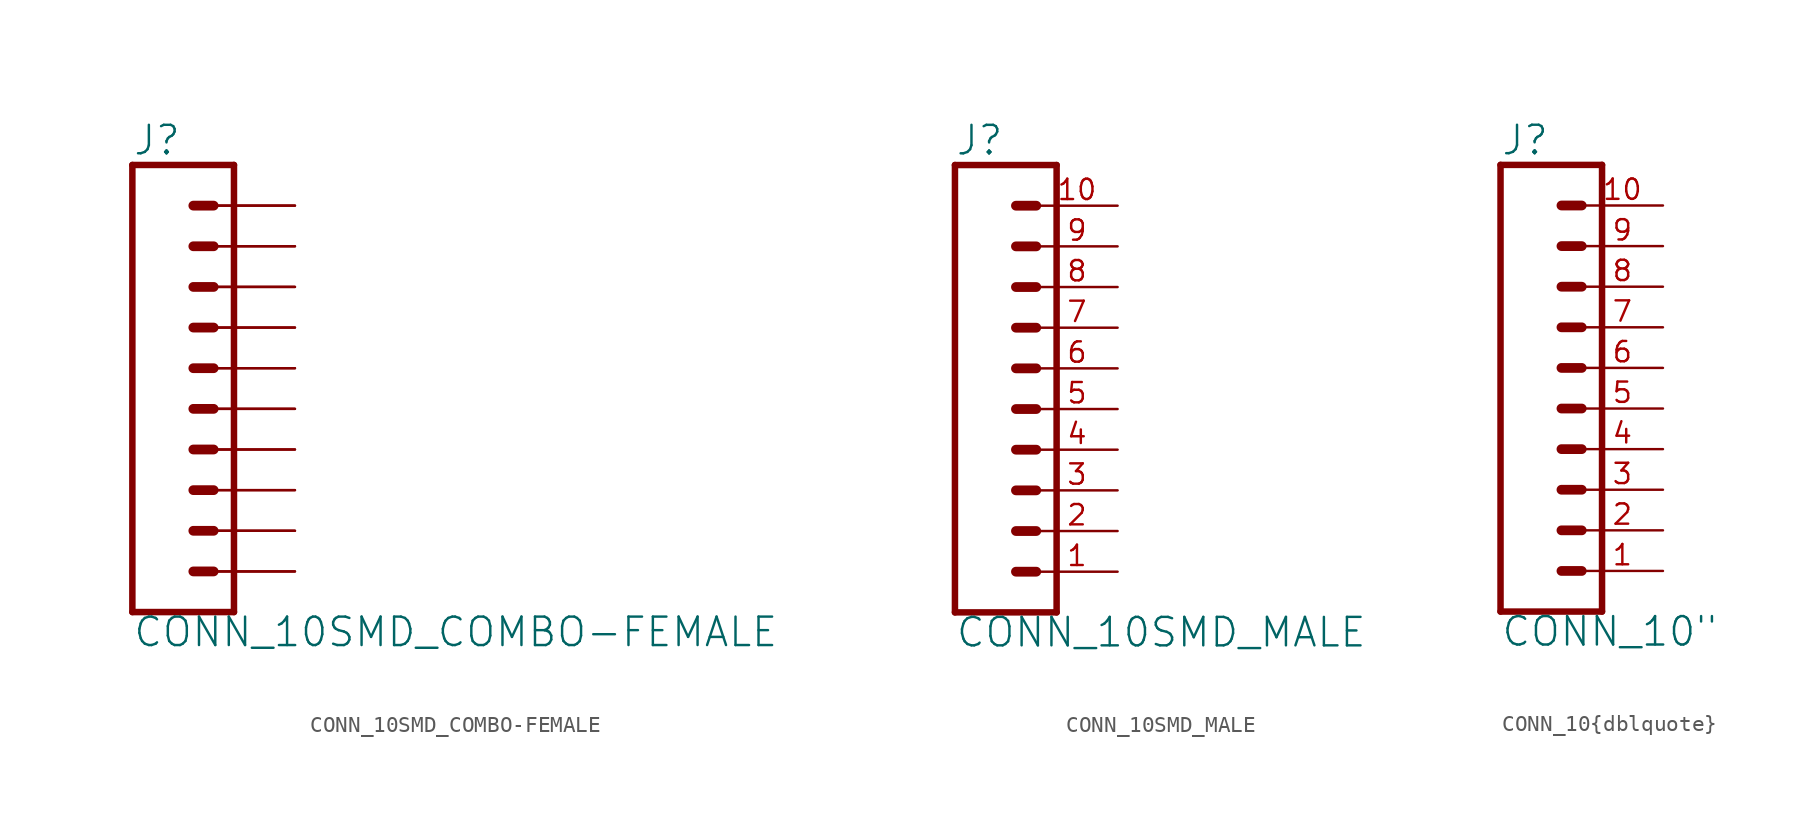
<source format=kicad_sym>
(kicad_symbol_lib
  (version 20211014)
  (generator kicad_symbol_editor)
  (symbol "CONN_10SMD_COMBO-FEMALE"
    (property "Reference" "J"
      (at 0 8.128 0)
      (effects (font (size 1.778 1.778)) (justify left bottom)))
    (property "Value" "CONN_10SMD_COMBO-FEMALE"
      (at 0 -22.606 0)
      (effects (font (size 1.778 1.778)) (justify left bottom)))
    (property "ki_locked" ""
      (at 0 0 0)
      (effects (font (size 1.27 1.27))))
    (symbol "CONN_10SMD_COMBO-FEMALE_1_0"
      (polyline (pts (xy 0 7.62) (xy 0 -20.32)) (stroke (width 0.406) (type default) (color 0 0 0 0)) (fill (type none)))
      (polyline (pts (xy 0 7.62) (xy 6.35 7.62)) (stroke (width 0.406) (type default) (color 0 0 0 0)) (fill (type none)))
      (polyline (pts (xy 3.81 -17.78) (xy 5.08 -17.78)) (stroke (width 0.61) (type default) (color 0 0 0 0)) (fill (type none)))
      (polyline (pts (xy 3.81 -15.24) (xy 5.08 -15.24)) (stroke (width 0.61) (type default) (color 0 0 0 0)) (fill (type none)))
      (polyline (pts (xy 3.81 -12.7) (xy 5.08 -12.7)) (stroke (width 0.61) (type default) (color 0 0 0 0)) (fill (type none)))
      (polyline (pts (xy 3.81 -10.16) (xy 5.08 -10.16)) (stroke (width 0.61) (type default) (color 0 0 0 0)) (fill (type none)))
      (polyline (pts (xy 3.81 -7.62) (xy 5.08 -7.62)) (stroke (width 0.61) (type default) (color 0 0 0 0)) (fill (type none)))
      (polyline (pts (xy 3.81 -5.08) (xy 5.08 -5.08)) (stroke (width 0.61) (type default) (color 0 0 0 0)) (fill (type none)))
      (polyline (pts (xy 3.81 -2.54) (xy 5.08 -2.54)) (stroke (width 0.61) (type default) (color 0 0 0 0)) (fill (type none)))
      (polyline (pts (xy 3.81 0) (xy 5.08 0)) (stroke (width 0.61) (type default) (color 0 0 0 0)) (fill (type none)))
      (polyline (pts (xy 3.81 2.54) (xy 5.08 2.54)) (stroke (width 0.61) (type default) (color 0 0 0 0)) (fill (type none)))
      (polyline (pts (xy 3.81 5.08) (xy 5.08 5.08)) (stroke (width 0.61) (type default) (color 0 0 0 0)) (fill (type none)))
      (polyline (pts (xy 6.35 -20.32) (xy 0 -20.32)) (stroke (width 0.406) (type default) (color 0 0 0 0)) (fill (type none)))
      (polyline (pts (xy 6.35 -20.32) (xy 6.35 7.62)) (stroke (width 0.406) (type default) (color 0 0 0 0)) (fill (type none)))
      (pin passive line (at 10.16 5.08 180) (length 5.08) (name "10" (effects (font (size 0 0)))) (number "10A" (effects (font (size 0 0)))))
      (pin passive line (at 10.16 5.08 180) (length 5.08) (name "10" (effects (font (size 0 0)))) (number "10B" (effects (font (size 0 0)))))
      (pin passive line (at 10.16 -17.78 180) (length 5.08) (name "1" (effects (font (size 0 0)))) (number "1A" (effects (font (size 0 0)))))
      (pin passive line (at 10.16 -17.78 180) (length 5.08) (name "1" (effects (font (size 0 0)))) (number "1B" (effects (font (size 0 0)))))
      (pin passive line (at 10.16 -15.24 180) (length 5.08) (name "2" (effects (font (size 0 0)))) (number "2A" (effects (font (size 0 0)))))
      (pin passive line (at 10.16 -15.24 180) (length 5.08) (name "2" (effects (font (size 0 0)))) (number "2B" (effects (font (size 0 0)))))
      (pin passive line (at 10.16 -12.7 180) (length 5.08) (name "3" (effects (font (size 0 0)))) (number "3A" (effects (font (size 0 0)))))
      (pin passive line (at 10.16 -12.7 180) (length 5.08) (name "3" (effects (font (size 0 0)))) (number "3B" (effects (font (size 0 0)))))
      (pin passive line (at 10.16 -10.16 180) (length 5.08) (name "4" (effects (font (size 0 0)))) (number "4A" (effects (font (size 0 0)))))
      (pin passive line (at 10.16 -10.16 180) (length 5.08) (name "4" (effects (font (size 0 0)))) (number "4B" (effects (font (size 0 0)))))
      (pin passive line (at 10.16 -7.62 180) (length 5.08) (name "5" (effects (font (size 0 0)))) (number "5A" (effects (font (size 0 0)))))
      (pin passive line (at 10.16 -7.62 180) (length 5.08) (name "5" (effects (font (size 0 0)))) (number "5B" (effects (font (size 0 0)))))
      (pin passive line (at 10.16 -5.08 180) (length 5.08) (name "6" (effects (font (size 0 0)))) (number "6A" (effects (font (size 0 0)))))
      (pin passive line (at 10.16 -5.08 180) (length 5.08) (name "6" (effects (font (size 0 0)))) (number "6B" (effects (font (size 0 0)))))
      (pin passive line (at 10.16 -2.54 180) (length 5.08) (name "7" (effects (font (size 0 0)))) (number "7A" (effects (font (size 0 0)))))
      (pin passive line (at 10.16 -2.54 180) (length 5.08) (name "7" (effects (font (size 0 0)))) (number "7B" (effects (font (size 0 0)))))
      (pin passive line (at 10.16 0 180) (length 5.08) (name "8" (effects (font (size 0 0)))) (number "8A" (effects (font (size 0 0)))))
      (pin passive line (at 10.16 0 180) (length 5.08) (name "8" (effects (font (size 0 0)))) (number "8B" (effects (font (size 0 0)))))
      (pin passive line (at 10.16 2.54 180) (length 5.08) (name "9" (effects (font (size 0 0)))) (number "9A" (effects (font (size 0 0)))))
      (pin passive line (at 10.16 2.54 180) (length 5.08) (name "9" (effects (font (size 0 0)))) (number "9B" (effects (font (size 0 0)))))))
  (symbol "CONN_10SMD_MALE"
    (property "Reference" "J"
      (at 0 8.128 0)
      (effects (font (size 1.778 1.778)) (justify left bottom)))
    (property "Value" "CONN_10SMD_MALE"
      (at 0 -22.606 0)
      (effects (font (size 1.778 1.778)) (justify left bottom)))
    (property "ki_locked" ""
      (at 0 0 0)
      (effects (font (size 1.27 1.27))))
    (symbol "CONN_10SMD_MALE_1_0"
      (polyline (pts (xy 0 7.62) (xy 0 -20.32)) (stroke (width 0.406) (type default) (color 0 0 0 0)) (fill (type none)))
      (polyline (pts (xy 0 7.62) (xy 6.35 7.62)) (stroke (width 0.406) (type default) (color 0 0 0 0)) (fill (type none)))
      (polyline (pts (xy 3.81 -17.78) (xy 5.08 -17.78)) (stroke (width 0.61) (type default) (color 0 0 0 0)) (fill (type none)))
      (polyline (pts (xy 3.81 -15.24) (xy 5.08 -15.24)) (stroke (width 0.61) (type default) (color 0 0 0 0)) (fill (type none)))
      (polyline (pts (xy 3.81 -12.7) (xy 5.08 -12.7)) (stroke (width 0.61) (type default) (color 0 0 0 0)) (fill (type none)))
      (polyline (pts (xy 3.81 -10.16) (xy 5.08 -10.16)) (stroke (width 0.61) (type default) (color 0 0 0 0)) (fill (type none)))
      (polyline (pts (xy 3.81 -7.62) (xy 5.08 -7.62)) (stroke (width 0.61) (type default) (color 0 0 0 0)) (fill (type none)))
      (polyline (pts (xy 3.81 -5.08) (xy 5.08 -5.08)) (stroke (width 0.61) (type default) (color 0 0 0 0)) (fill (type none)))
      (polyline (pts (xy 3.81 -2.54) (xy 5.08 -2.54)) (stroke (width 0.61) (type default) (color 0 0 0 0)) (fill (type none)))
      (polyline (pts (xy 3.81 0) (xy 5.08 0)) (stroke (width 0.61) (type default) (color 0 0 0 0)) (fill (type none)))
      (polyline (pts (xy 3.81 2.54) (xy 5.08 2.54)) (stroke (width 0.61) (type default) (color 0 0 0 0)) (fill (type none)))
      (polyline (pts (xy 3.81 5.08) (xy 5.08 5.08)) (stroke (width 0.61) (type default) (color 0 0 0 0)) (fill (type none)))
      (polyline (pts (xy 6.35 -20.32) (xy 0 -20.32)) (stroke (width 0.406) (type default) (color 0 0 0 0)) (fill (type none)))
      (polyline (pts (xy 6.35 -20.32) (xy 6.35 7.62)) (stroke (width 0.406) (type default) (color 0 0 0 0)) (fill (type none)))
      (pin passive line (at 10.16 -17.78 180) (length 5.08) (name "1" (effects (font (size 0 0)))) (number "1" (effects (font (size 1.27 1.27)))))
      (pin passive line (at 10.16 5.08 180) (length 5.08) (name "10" (effects (font (size 0 0)))) (number "10" (effects (font (size 1.27 1.27)))))
      (pin passive line (at 10.16 -15.24 180) (length 5.08) (name "2" (effects (font (size 0 0)))) (number "2" (effects (font (size 1.27 1.27)))))
      (pin passive line (at 10.16 -12.7 180) (length 5.08) (name "3" (effects (font (size 0 0)))) (number "3" (effects (font (size 1.27 1.27)))))
      (pin passive line (at 10.16 -10.16 180) (length 5.08) (name "4" (effects (font (size 0 0)))) (number "4" (effects (font (size 1.27 1.27)))))
      (pin passive line (at 10.16 -7.62 180) (length 5.08) (name "5" (effects (font (size 0 0)))) (number "5" (effects (font (size 1.27 1.27)))))
      (pin passive line (at 10.16 -5.08 180) (length 5.08) (name "6" (effects (font (size 0 0)))) (number "6" (effects (font (size 1.27 1.27)))))
      (pin passive line (at 10.16 -2.54 180) (length 5.08) (name "7" (effects (font (size 0 0)))) (number "7" (effects (font (size 1.27 1.27)))))
      (pin passive line (at 10.16 0 180) (length 5.08) (name "8" (effects (font (size 0 0)))) (number "8" (effects (font (size 1.27 1.27)))))
      (pin passive line (at 10.16 2.54 180) (length 5.08) (name "9" (effects (font (size 0 0)))) (number "9" (effects (font (size 1.27 1.27)))))))
  (symbol "CONN_10{dblquote}"
    (property "Reference" "J"
      (at 0 8.128 0)
      (effects (font (size 1.778 1.778)) (justify left bottom)))
    (property "Value" "CONN_10{dblquote}"
      (at 0 -22.606 0)
      (effects (font (size 1.778 1.778)) (justify left bottom)))
    (property "ki_locked" ""
      (at 0 0 0)
      (effects (font (size 1.27 1.27))))
    (symbol "CONN_10{dblquote}_1_0"
      (polyline (pts (xy 0 7.62) (xy 0 -20.32)) (stroke (width 0.406) (type default) (color 0 0 0 0)) (fill (type none)))
      (polyline (pts (xy 0 7.62) (xy 6.35 7.62)) (stroke (width 0.406) (type default) (color 0 0 0 0)) (fill (type none)))
      (polyline (pts (xy 3.81 -17.78) (xy 5.08 -17.78)) (stroke (width 0.61) (type default) (color 0 0 0 0)) (fill (type none)))
      (polyline (pts (xy 3.81 -15.24) (xy 5.08 -15.24)) (stroke (width 0.61) (type default) (color 0 0 0 0)) (fill (type none)))
      (polyline (pts (xy 3.81 -12.7) (xy 5.08 -12.7)) (stroke (width 0.61) (type default) (color 0 0 0 0)) (fill (type none)))
      (polyline (pts (xy 3.81 -10.16) (xy 5.08 -10.16)) (stroke (width 0.61) (type default) (color 0 0 0 0)) (fill (type none)))
      (polyline (pts (xy 3.81 -7.62) (xy 5.08 -7.62)) (stroke (width 0.61) (type default) (color 0 0 0 0)) (fill (type none)))
      (polyline (pts (xy 3.81 -5.08) (xy 5.08 -5.08)) (stroke (width 0.61) (type default) (color 0 0 0 0)) (fill (type none)))
      (polyline (pts (xy 3.81 -2.54) (xy 5.08 -2.54)) (stroke (width 0.61) (type default) (color 0 0 0 0)) (fill (type none)))
      (polyline (pts (xy 3.81 0) (xy 5.08 0)) (stroke (width 0.61) (type default) (color 0 0 0 0)) (fill (type none)))
      (polyline (pts (xy 3.81 2.54) (xy 5.08 2.54)) (stroke (width 0.61) (type default) (color 0 0 0 0)) (fill (type none)))
      (polyline (pts (xy 3.81 5.08) (xy 5.08 5.08)) (stroke (width 0.61) (type default) (color 0 0 0 0)) (fill (type none)))
      (polyline (pts (xy 6.35 -20.32) (xy 0 -20.32)) (stroke (width 0.406) (type default) (color 0 0 0 0)) (fill (type none)))
      (polyline (pts (xy 6.35 -20.32) (xy 6.35 7.62)) (stroke (width 0.406) (type default) (color 0 0 0 0)) (fill (type none)))
      (pin passive line (at 10.16 -17.78 180) (length 5.08) (name "1" (effects (font (size 0 0)))) (number "1" (effects (font (size 1.27 1.27)))))
      (pin passive line (at 10.16 5.08 180) (length 5.08) (name "10" (effects (font (size 0 0)))) (number "10" (effects (font (size 1.27 1.27)))))
      (pin passive line (at 10.16 -15.24 180) (length 5.08) (name "2" (effects (font (size 0 0)))) (number "2" (effects (font (size 1.27 1.27)))))
      (pin passive line (at 10.16 -12.7 180) (length 5.08) (name "3" (effects (font (size 0 0)))) (number "3" (effects (font (size 1.27 1.27)))))
      (pin passive line (at 10.16 -10.16 180) (length 5.08) (name "4" (effects (font (size 0 0)))) (number "4" (effects (font (size 1.27 1.27)))))
      (pin passive line (at 10.16 -7.62 180) (length 5.08) (name "5" (effects (font (size 0 0)))) (number "5" (effects (font (size 1.27 1.27)))))
      (pin passive line (at 10.16 -5.08 180) (length 5.08) (name "6" (effects (font (size 0 0)))) (number "6" (effects (font (size 1.27 1.27)))))
      (pin passive line (at 10.16 -2.54 180) (length 5.08) (name "7" (effects (font (size 0 0)))) (number "7" (effects (font (size 1.27 1.27)))))
      (pin passive line (at 10.16 0 180) (length 5.08) (name "8" (effects (font (size 0 0)))) (number "8" (effects (font (size 1.27 1.27)))))
      (pin passive line (at 10.16 2.54 180) (length 5.08) (name "9" (effects (font (size 0 0)))) (number "9" (effects (font (size 1.27 1.27))))))))
</source>
